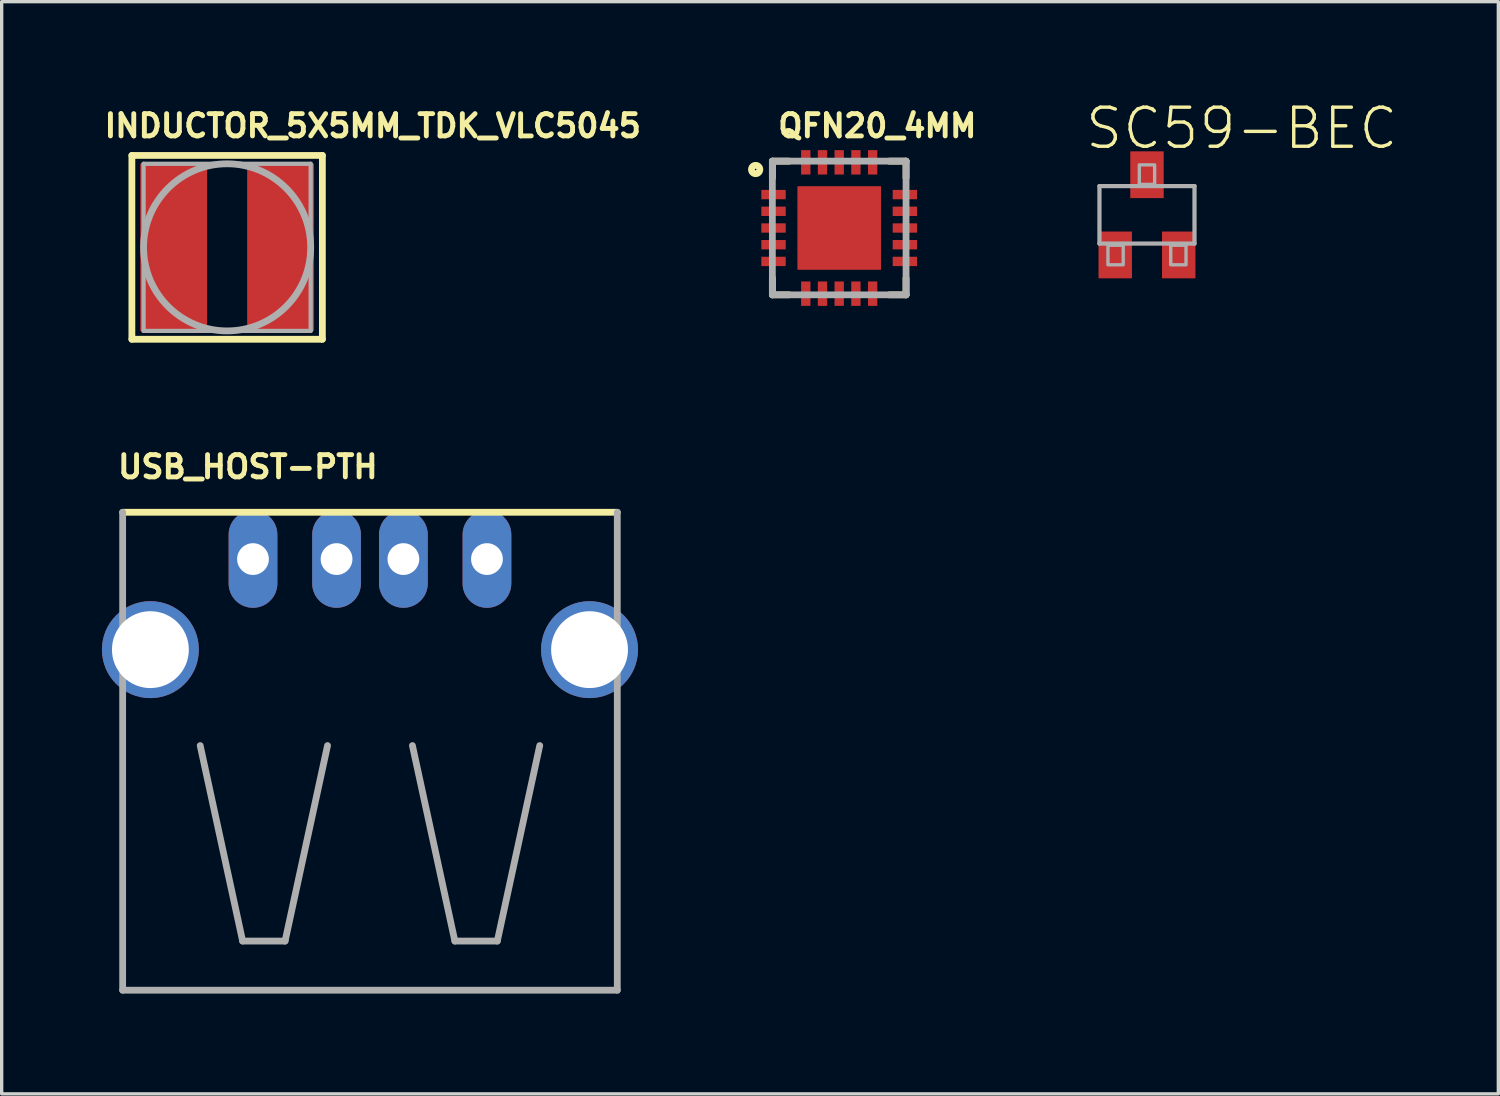
<source format=kicad_pcb>
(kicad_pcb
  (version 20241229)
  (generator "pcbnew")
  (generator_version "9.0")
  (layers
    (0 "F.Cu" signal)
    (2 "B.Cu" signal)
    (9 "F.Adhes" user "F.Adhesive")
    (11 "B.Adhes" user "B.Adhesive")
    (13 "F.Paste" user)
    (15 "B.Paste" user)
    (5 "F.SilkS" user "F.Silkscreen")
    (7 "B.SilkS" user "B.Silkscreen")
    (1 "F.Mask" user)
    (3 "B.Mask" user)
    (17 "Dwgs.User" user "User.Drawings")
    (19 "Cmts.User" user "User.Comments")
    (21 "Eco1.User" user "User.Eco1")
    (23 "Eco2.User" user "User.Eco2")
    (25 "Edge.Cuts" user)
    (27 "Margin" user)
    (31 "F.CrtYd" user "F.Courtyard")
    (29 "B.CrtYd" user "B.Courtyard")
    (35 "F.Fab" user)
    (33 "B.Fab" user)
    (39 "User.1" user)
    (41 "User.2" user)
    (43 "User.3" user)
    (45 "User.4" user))
  (footprint "USB_HOST-PTH"
    (layer "F.Cu")
    (at 8.02 20.198)
    (property "Reference" "USB_HOST-PTH" (at -7.62 -8.89 0) (layer "F.SilkS") (effects (font (size 0.666 0.666) (thickness 0.146)) (justify left bottom)))
    (fp_line (start -7.366 -7.874) (end -7.366 -2.032) (stroke (width 0.127) (type solid)) (layer "F.SilkS"))
    (fp_line (start 7.366 -7.874) (end 7.366 -2.032) (stroke (width 0.127) (type solid)) (layer "F.SilkS"))
    (fp_line (start 7.4 -7.92) (end -7.4 -7.92) (stroke (width 0.203) (type solid)) (layer "F.SilkS"))
    (fp_line (start -7.4 -7.92) (end -7.4 6.38) (stroke (width 0.203) (type solid)) (layer "F.Fab"))
    (fp_line (start -7.4 6.38) (end 7.4 6.38) (stroke (width 0.203) (type solid)) (layer "F.Fab"))
    (fp_line (start -5.08 -0.94) (end -3.81 4.91) (stroke (width 0.203) (type solid)) (layer "F.Fab"))
    (fp_line (start -3.81 4.91) (end -2.54 4.91) (stroke (width 0.203) (type solid)) (layer "F.Fab"))
    (fp_line (start -2.54 4.91) (end -1.27 -0.94) (stroke (width 0.203) (type solid)) (layer "F.Fab"))
    (fp_line (start 1.27 -0.94) (end 2.54 4.91) (stroke (width 0.203) (type solid)) (layer "F.Fab"))
    (fp_line (start 2.54 4.91) (end 3.81 4.91) (stroke (width 0.203) (type solid)) (layer "F.Fab"))
    (fp_line (start 3.81 4.91) (end 5.08 -0.94) (stroke (width 0.203) (type solid)) (layer "F.Fab"))
    (fp_line (start 7.4 6.38) (end 7.4 -7.92) (stroke (width 0.203) (type solid)) (layer "F.Fab"))
    (pad "D+" thru_hole oval (at 1 -6.52 90) (size 2.916 1.458) (drill 0.95) (layers "*.Cu" "*.Mask"))
    (pad "D-" thru_hole oval (at -1 -6.52 90) (size 2.916 1.458) (drill 0.95) (layers "*.Cu" "*.Mask"))
    (pad "GND" thru_hole oval (at 3.5 -6.52 90) (size 2.916 1.458) (drill 0.95) (layers "*.Cu" "*.Mask"))
    (pad "S1" thru_hole circle (at -6.57 -3.81) (size 2.9 2.9) (drill 2.3) (layers "*.Cu" "*.Mask"))
    (pad "S2" thru_hole circle (at 6.57 -3.81 180) (size 2.9 2.9) (drill 2.3) (layers "*.Cu" "*.Mask"))
    (pad "VBUS" thru_hole oval (at -3.5 -6.52 90) (size 2.916 1.458) (drill 0.95) (layers "*.Cu" "*.Mask")))
  (footprint "INDUCTOR_5X5MM_TDK_VLC5045"
    (layer "F.Cu")
    (at 3.746 4.351)
    (property "Reference" "INDUCTOR_5X5MM_TDK_VLC5045" (at -3.746 -3.246 0) (layer "F.SilkS") (effects (font (size 0.666 0.666) (thickness 0.146)) (justify left bottom)))
    (fp_line (start -2.85 -2.75) (end 2.85 -2.75) (stroke (width 0.203) (type solid)) (layer "F.SilkS"))
    (fp_line (start -2.85 2.75) (end -2.85 -2.75) (stroke (width 0.203) (type solid)) (layer "F.SilkS"))
    (fp_line (start 2.85 -2.75) (end 2.85 2.75) (stroke (width 0.203) (type solid)) (layer "F.SilkS"))
    (fp_line (start 2.85 2.75) (end -2.85 2.75) (stroke (width 0.203) (type solid)) (layer "F.SilkS"))
    (fp_line (start -2.5 -2.5) (end 2.5 -2.5) (stroke (width 0.127) (type solid)) (layer "F.Fab"))
    (fp_line (start -2.5 2.5) (end -2.5 -2.5) (stroke (width 0.127) (type solid)) (layer "F.Fab"))
    (fp_line (start 2.5 -2.5) (end 2.5 2.5) (stroke (width 0.127) (type solid)) (layer "F.Fab"))
    (fp_line (start 2.5 2.5) (end -2.5 2.5) (stroke (width 0.127) (type solid)) (layer "F.Fab"))
    (fp_circle (center 0 0) (end 2.5 0) (stroke (width 0.203) (type solid)) (fill no) (layer "F.Fab"))
    (pad "P$1" smd rect (at -1.6 0) (size 2 5) (layers "F.Cu" "F.Mask" "F.Paste"))
    (pad "P$2" smd rect (at 1.6 0) (size 2 5) (layers "F.Cu" "F.Mask" "F.Paste")))
  (footprint "SC59-BEC"
    (layer "F.Cu")
    (at 31.269 3.378)
    (property "Reference" "SC59-BEC" (at -1.905 -1.905 0) (layer "F.SilkS") (effects (font (size 1.168 1.168) (thickness 0.102)) (justify left bottom)))
    (fp_line (start -1.422 -0.86) (end 1.422 -0.86) (stroke (width 0.127) (type solid)) (layer "F.Fab"))
    (fp_line (start -1.422 0.86) (end -1.422 -0.86) (stroke (width 0.127) (type solid)) (layer "F.Fab"))
    (fp_line (start 1.422 -0.86) (end 1.422 0.86) (stroke (width 0.127) (type solid)) (layer "F.Fab"))
    (fp_line (start 1.422 0.86) (end -1.422 0.86) (stroke (width 0.127) (type solid)) (layer "F.Fab"))
    (fp_poly (pts (xy -1.168 1.495) (xy -0.711 1.495) (xy -0.711 0.911) (xy -1.168 0.911)) (stroke (width 0.1) (type solid)) (fill no) (layer "F.Fab"))
    (fp_poly (pts (xy -0.229 -0.911) (xy 0.229 -0.911) (xy 0.229 -1.495) (xy -0.229 -1.495)) (stroke (width 0.1) (type solid)) (fill no) (layer "F.Fab"))
    (fp_poly (pts (xy 0.711 1.495) (xy 1.168 1.495) (xy 1.168 0.911) (xy 0.711 0.911)) (stroke (width 0.1) (type solid)) (fill no) (layer "F.Fab"))
    (pad "B" smd rect (at -0.95 1.2) (size 1 1.4) (layers "F.Cu" "F.Mask" "F.Paste"))
    (pad "C" smd rect (at 0 -1.2) (size 1 1.4) (layers "F.Cu" "F.Mask" "F.Paste"))
    (pad "E" smd rect (at 0.95 1.2) (size 1 1.4) (layers "F.Cu" "F.Mask" "F.Paste")))
  (footprint "QFN20_4MM"
    (layer "F.Cu")
    (at 22.06 3.772)
    (property "Reference" "QFN20_4MM" (at -1.905 -2.667 0) (layer "F.SilkS") (effects (font (size 0.666 0.666) (thickness 0.146)) (justify left bottom)))
    (fp_poly (pts (xy -2.4 -0.8) (xy -1.5 -0.8) (xy -1.5 -1.2) (xy -2.4 -1.2)) (stroke (width 0.1) (type solid)) (fill no) (layer "F.Mask"))
    (fp_poly (pts (xy -2.4 -0.3) (xy -1.5 -0.3) (xy -1.5 -0.7) (xy -2.4 -0.7)) (stroke (width 0.1) (type solid)) (fill no) (layer "F.Mask"))
    (fp_poly (pts (xy -2.4 0.2) (xy -1.5 0.2) (xy -1.5 -0.2) (xy -2.4 -0.2)) (stroke (width 0.1) (type solid)) (fill no) (layer "F.Mask"))
    (fp_poly (pts (xy -2.4 0.7) (xy -1.5 0.7) (xy -1.5 0.3) (xy -2.4 0.3)) (stroke (width 0.1) (type solid)) (fill no) (layer "F.Mask"))
    (fp_poly (pts (xy -2.4 1.2) (xy -1.5 1.2) (xy -1.5 0.8) (xy -2.4 0.8)) (stroke (width 0.1) (type solid)) (fill no) (layer "F.Mask"))
    (fp_poly (pts (xy -1.2 -2.4) (xy -1.2 -1.5) (xy -0.8 -1.5) (xy -0.8 -2.4)) (stroke (width 0.1) (type solid)) (fill no) (layer "F.Mask"))
    (fp_poly (pts (xy -0.8 2.4) (xy -0.8 1.5) (xy -1.2 1.5) (xy -1.2 2.4)) (stroke (width 0.1) (type solid)) (fill no) (layer "F.Mask"))
    (fp_poly (pts (xy -0.7 -2.4) (xy -0.7 -1.5) (xy -0.3 -1.5) (xy -0.3 -2.4)) (stroke (width 0.1) (type solid)) (fill no) (layer "F.Mask"))
    (fp_poly (pts (xy -0.3 2.4) (xy -0.3 1.5) (xy -0.7 1.5) (xy -0.7 2.4)) (stroke (width 0.1) (type solid)) (fill no) (layer "F.Mask"))
    (fp_poly (pts (xy -0.2 -2.4) (xy -0.2 -1.5) (xy 0.2 -1.5) (xy 0.2 -2.4)) (stroke (width 0.1) (type solid)) (fill no) (layer "F.Mask"))
    (fp_poly (pts (xy 0.2 2.4) (xy 0.2 1.5) (xy -0.2 1.5) (xy -0.2 2.4)) (stroke (width 0.1) (type solid)) (fill no) (layer "F.Mask"))
    (fp_poly (pts (xy 0.3 -2.4) (xy 0.3 -1.5) (xy 0.7 -1.5) (xy 0.7 -2.4)) (stroke (width 0.1) (type solid)) (fill no) (layer "F.Mask"))
    (fp_poly (pts (xy 0.7 2.4) (xy 0.7 1.5) (xy 0.3 1.5) (xy 0.3 2.4)) (stroke (width 0.1) (type solid)) (fill no) (layer "F.Mask"))
    (fp_poly (pts (xy 0.8 -2.4) (xy 0.8 -1.5) (xy 1.2 -1.5) (xy 1.2 -2.4)) (stroke (width 0.1) (type solid)) (fill no) (layer "F.Mask"))
    (fp_poly (pts (xy 1.2 2.4) (xy 1.2 1.5) (xy 0.8 1.5) (xy 0.8 2.4)) (stroke (width 0.1) (type solid)) (fill no) (layer "F.Mask"))
    (fp_poly (pts (xy 2.4 -1.2) (xy 1.5 -1.2) (xy 1.5 -0.8) (xy 2.4 -0.8)) (stroke (width 0.1) (type solid)) (fill no) (layer "F.Mask"))
    (fp_poly (pts (xy 2.4 -0.7) (xy 1.5 -0.7) (xy 1.5 -0.3) (xy 2.4 -0.3)) (stroke (width 0.1) (type solid)) (fill no) (layer "F.Mask"))
    (fp_poly (pts (xy 2.4 -0.2) (xy 1.5 -0.2) (xy 1.5 0.2) (xy 2.4 0.2)) (stroke (width 0.1) (type solid)) (fill no) (layer "F.Mask"))
    (fp_poly (pts (xy 2.4 0.3) (xy 1.5 0.3) (xy 1.5 0.7) (xy 2.4 0.7)) (stroke (width 0.1) (type solid)) (fill no) (layer "F.Mask"))
    (fp_poly (pts (xy 2.4 0.8) (xy 1.5 0.8) (xy 1.5 1.2) (xy 2.4 1.2)) (stroke (width 0.1) (type solid)) (fill no) (layer "F.Mask"))
    (fp_line (start -2 -2) (end -2 -1.5) (stroke (width 0.203) (type solid)) (layer "F.SilkS"))
    (fp_line (start -2 2) (end -2 1.5) (stroke (width 0.203) (type solid)) (layer "F.SilkS"))
    (fp_line (start -1.5 -2) (end -2 -2) (stroke (width 0.203) (type solid)) (layer "F.SilkS"))
    (fp_line (start -1.5 2) (end -2 2) (stroke (width 0.203) (type solid)) (layer "F.SilkS"))
    (fp_line (start 1.5 -2) (end 2 -2) (stroke (width 0.203) (type solid)) (layer "F.SilkS"))
    (fp_line (start 1.5 2) (end 2 2) (stroke (width 0.203) (type solid)) (layer "F.SilkS"))
    (fp_line (start 2 -2) (end 2 -1.5) (stroke (width 0.203) (type solid)) (layer "F.SilkS"))
    (fp_line (start 2 2) (end 2 1.5) (stroke (width 0.203) (type solid)) (layer "F.SilkS"))
    (fp_circle (center -2.5 -1.75) (end -2.375 -1.75) (stroke (width 0.203) (type solid)) (fill no) (layer "F.SilkS"))
    (fp_poly (pts (xy -1 -0.25) (xy -0.25 -0.25) (xy -0.25 -1) (xy -1 -1)) (stroke (width 0.1) (type solid)) (fill no) (layer "F.Paste"))
    (fp_poly (pts (xy -1 1) (xy -0.25 1) (xy -0.25 0.25) (xy -1 0.25)) (stroke (width 0.1) (type solid)) (fill no) (layer "F.Paste"))
    (fp_poly (pts (xy 0.25 -0.25) (xy 1 -0.25) (xy 1 -1) (xy 0.25 -1)) (stroke (width 0.1) (type solid)) (fill no) (layer "F.Paste"))
    (fp_poly (pts (xy 0.25 1) (xy 1 1) (xy 1 0.25) (xy 0.25 0.25)) (stroke (width 0.1) (type solid)) (fill no) (layer "F.Paste"))
    (fp_line (start -2 -2) (end 2 -2) (stroke (width 0.203) (type solid)) (layer "F.Fab"))
    (fp_line (start -2 2) (end -2 -2) (stroke (width 0.203) (type solid)) (layer "F.Fab"))
    (fp_line (start 2 -2) (end 2 2) (stroke (width 0.203) (type solid)) (layer "F.Fab"))
    (fp_line (start 2 2) (end -2 2) (stroke (width 0.203) (type solid)) (layer "F.Fab"))
    (pad "P$1" smd rect (at -1.965 -1 90) (size 0.28 0.73) (layers "F.Cu" "F.Paste"))
    (pad "P$2" smd rect (at -1.965 -0.5 90) (size 0.28 0.73) (layers "F.Cu" "F.Paste"))
    (pad "P$3" smd rect (at -1.965 0 90) (size 0.28 0.73) (layers "F.Cu" "F.Paste"))
    (pad "P$4" smd rect (at -1.965 0.5 90) (size 0.28 0.73) (layers "F.Cu" "F.Paste"))
    (pad "P$5" smd rect (at -1.965 1 90) (size 0.28 0.73) (layers "F.Cu" "F.Paste"))
    (pad "P$6" smd rect (at -1 1.965 180) (size 0.28 0.73) (layers "F.Cu" "F.Paste"))
    (pad "P$7" smd rect (at -0.5 1.965 180) (size 0.28 0.73) (layers "F.Cu" "F.Paste"))
    (pad "P$8" smd rect (at 0 1.965 180) (size 0.28 0.73) (layers "F.Cu" "F.Paste"))
    (pad "P$9" smd rect (at 0.5 1.965 180) (size 0.28 0.73) (layers "F.Cu" "F.Paste"))
    (pad "P$10" smd rect (at 1 1.965 180) (size 0.28 0.73) (layers "F.Cu" "F.Paste"))
    (pad "P$11" smd rect (at 1.965 1 270) (size 0.28 0.73) (layers "F.Cu" "F.Paste"))
    (pad "P$12" smd rect (at 1.965 0.5 270) (size 0.28 0.73) (layers "F.Cu" "F.Paste"))
    (pad "P$13" smd rect (at 1.965 0 270) (size 0.28 0.73) (layers "F.Cu" "F.Paste"))
    (pad "P$14" smd rect (at 1.965 -0.5 270) (size 0.28 0.73) (layers "F.Cu" "F.Paste"))
    (pad "P$15" smd rect (at 1.965 -1 270) (size 0.28 0.73) (layers "F.Cu" "F.Paste"))
    (pad "P$16" smd rect (at 1 -1.965) (size 0.28 0.73) (layers "F.Cu" "F.Paste"))
    (pad "P$17" smd rect (at 0.5 -1.965) (size 0.28 0.73) (layers "F.Cu" "F.Paste"))
    (pad "P$18" smd rect (at 0 -1.965) (size 0.28 0.73) (layers "F.Cu" "F.Paste"))
    (pad "P$19" smd rect (at -0.5 -1.965) (size 0.28 0.73) (layers "F.Cu" "F.Paste"))
    (pad "P$20" smd rect (at -1 -1.965) (size 0.28 0.73) (layers "F.Cu" "F.Paste"))
    (pad "P$21" smd rect (at 0 0) (size 2.5 2.5) (layers "F.Cu" "F.Mask")))
  (gr_rect
    (start -3 -3)
    (end 41.782 29.68)
    (stroke (width 0.1) (type default))
    (fill no)
    (layer "Edge.Cuts")))
</source>
